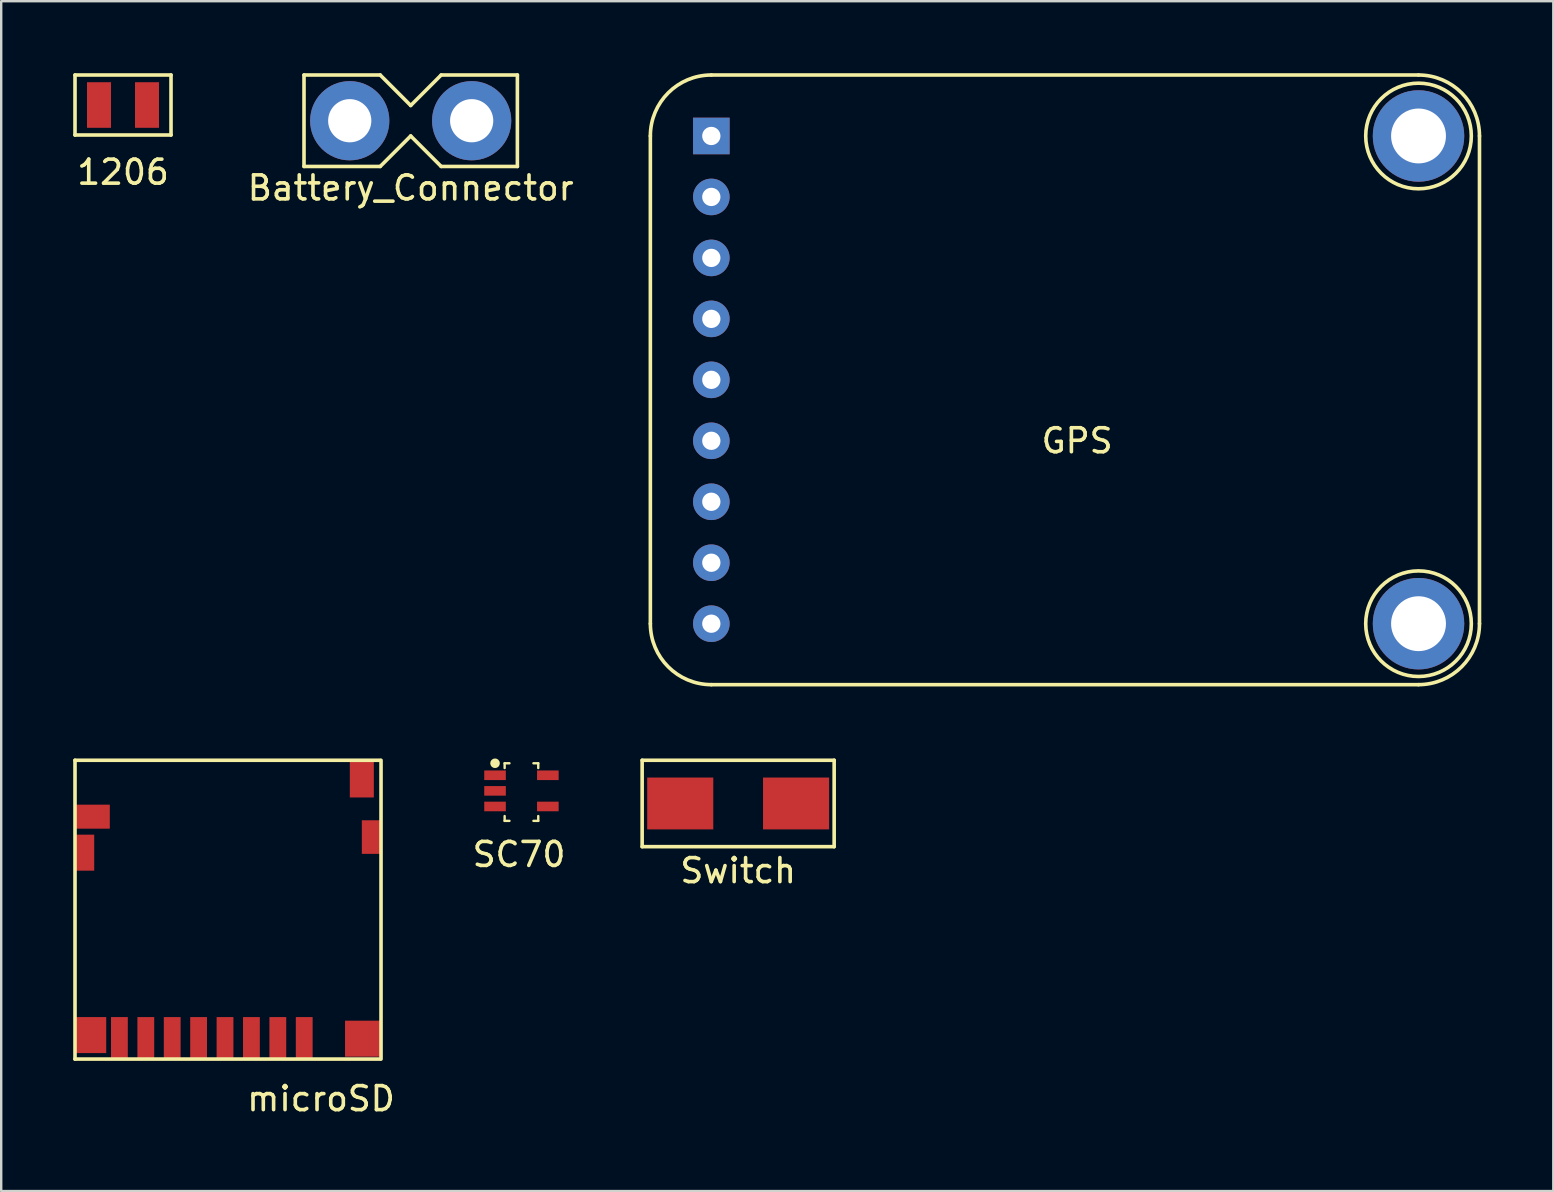
<source format=kicad_pcb>
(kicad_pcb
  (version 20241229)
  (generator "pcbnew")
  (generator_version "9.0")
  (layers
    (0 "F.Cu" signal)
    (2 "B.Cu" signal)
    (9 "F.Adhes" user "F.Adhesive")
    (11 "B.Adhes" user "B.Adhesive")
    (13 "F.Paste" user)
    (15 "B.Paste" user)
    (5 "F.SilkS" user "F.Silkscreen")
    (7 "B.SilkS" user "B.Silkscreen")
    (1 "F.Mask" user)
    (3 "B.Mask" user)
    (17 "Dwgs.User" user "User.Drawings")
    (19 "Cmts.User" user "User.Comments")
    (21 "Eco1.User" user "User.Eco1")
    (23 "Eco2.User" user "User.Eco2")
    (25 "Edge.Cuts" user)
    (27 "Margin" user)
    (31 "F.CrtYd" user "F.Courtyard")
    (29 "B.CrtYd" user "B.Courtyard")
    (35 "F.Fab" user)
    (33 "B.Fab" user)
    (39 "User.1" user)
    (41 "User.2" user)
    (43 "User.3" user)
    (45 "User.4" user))
  (footprint "microSD"
    (layer "F.Cu")
    (at 6.325 34.225)
    (property "Reference" "microSD" (at 4 8.5 0) (layer "F.SilkS") (effects (font (size 1 1) (thickness 0.15))))
    (attr through_hole)
    (fp_line (start -6.25 -5.6) (end -6.25 6.85) (stroke (width 0.15) (type solid)) (layer "F.SilkS"))
    (fp_line (start -6.25 -5.6) (end 6.45 -5.6) (stroke (width 0.15) (type solid)) (layer "F.SilkS"))
    (fp_line (start -6.25 6.85) (end 6.45 6.85) (stroke (width 0.15) (type solid)) (layer "F.SilkS"))
    (fp_line (start 6.5 -5.6) (end 6.5 6.85) (stroke (width 0.15) (type solid)) (layer "F.SilkS"))
    (pad "1" smd rect (at 3.3 5.975) (size 0.7 1.75) (layers "F.Cu" "F.Mask" "F.Paste"))
    (pad "2" smd rect (at 2.2 5.975) (size 0.7 1.75) (layers "F.Cu" "F.Mask" "F.Paste"))
    (pad "3" smd rect (at 1.1 5.975) (size 0.7 1.75) (layers "F.Cu" "F.Mask" "F.Paste"))
    (pad "4" smd rect (at 0 5.975) (size 0.7 1.75) (layers "F.Cu" "F.Mask" "F.Paste"))
    (pad "5" smd rect (at -1.1 5.975) (size 0.7 1.75) (layers "F.Cu" "F.Mask" "F.Paste"))
    (pad "6" smd rect (at -2.2 5.975) (size 0.7 1.75) (layers "F.Cu" "F.Mask" "F.Paste"))
    (pad "7" smd rect (at -3.3 5.975) (size 0.7 1.75) (layers "F.Cu" "F.Mask" "F.Paste"))
    (pad "8" smd rect (at -4.4 5.975) (size 0.7 1.75) (layers "F.Cu" "F.Mask" "F.Paste"))
    (pad "~" smd rect (at -5.85 -1.75) (size 0.8 1.5) (layers "F.Cu" "F.Mask" "F.Paste"))
    (pad "~" smd rect (at -5.6 5.85) (size 1.3 1.5) (layers "F.Cu" "F.Mask" "F.Paste"))
    (pad "~" smd rect (at -5.525 -3.25) (size 1.45 1) (layers "F.Cu" "F.Mask" "F.Paste"))
    (pad "~" smd rect (at 5.7 -4.825) (size 1 1.55) (layers "F.Cu" "F.Mask" "F.Paste"))
    (pad "~" smd rect (at 5.75 6) (size 1.5 1.5) (layers "F.Cu" "F.Mask" "F.Paste"))
    (pad "~" smd rect (at 6.1 -2.4) (size 0.8 1.4) (layers "F.Cu" "F.Mask" "F.Paste")))
  (footprint "Battery_Connector"
    (layer "F.Cu")
    (at 14.061 1.98)
    (property "Reference" "Battery_Connector" (at 0 2.8 0) (layer "F.SilkS") (effects (font (size 1 1) (thickness 0.15))))
    (attr through_hole)
    (fp_line (start -4.445 -1.905) (end -1.27 -1.905) (stroke (width 0.15) (type solid)) (layer "F.SilkS"))
    (fp_line (start -4.445 1.905) (end -4.445 -1.905) (stroke (width 0.15) (type solid)) (layer "F.SilkS"))
    (fp_line (start -1.27 -1.905) (end 0 -0.635) (stroke (width 0.15) (type solid)) (layer "F.SilkS"))
    (fp_line (start -1.27 1.905) (end -4.445 1.905) (stroke (width 0.15) (type solid)) (layer "F.SilkS"))
    (fp_line (start 0 -0.635) (end 1.27 -1.905) (stroke (width 0.15) (type solid)) (layer "F.SilkS"))
    (fp_line (start 0 0.635) (end -1.27 1.905) (stroke (width 0.15) (type solid)) (layer "F.SilkS"))
    (fp_line (start 1.27 -1.905) (end 4.445 -1.905) (stroke (width 0.15) (type solid)) (layer "F.SilkS"))
    (fp_line (start 1.27 1.905) (end 0 0.635) (stroke (width 0.15) (type solid)) (layer "F.SilkS"))
    (fp_line (start 4.445 -1.905) (end 4.445 1.905) (stroke (width 0.15) (type solid)) (layer "F.SilkS"))
    (fp_line (start 4.445 1.905) (end 1.27 1.905) (stroke (width 0.15) (type solid)) (layer "F.SilkS"))
    (pad "1" thru_hole circle (at -2.54 0) (size 3.3 3.3) (drill 1.8) (layers "*.Cu" "*.Mask"))
    (pad "2" thru_hole circle (at 2.54 0) (size 3.3 3.3) (drill 1.8) (layers "*.Cu" "*.Mask")))
  (footprint "1206"
    (layer "F.Cu")
    (at 2.075 1.325)
    (property "Reference" "1206" (at 0 2.8 0) (layer "F.SilkS") (effects (font (size 1 1) (thickness 0.15))))
    (attr through_hole)
    (fp_line (start -2 -1.25) (end 2 -1.25) (stroke (width 0.15) (type solid)) (layer "F.SilkS"))
    (fp_line (start -2 1.25) (end -2 -1.25) (stroke (width 0.15) (type solid)) (layer "F.SilkS"))
    (fp_line (start 2 -1.25) (end 2 1.25) (stroke (width 0.15) (type solid)) (layer "F.SilkS"))
    (fp_line (start 2 1.25) (end -2 1.25) (stroke (width 0.15) (type solid)) (layer "F.SilkS"))
    (pad "1" smd rect (at -1 0) (size 1 1.9) (layers "F.Cu" "F.Mask" "F.Paste"))
    (pad "2" smd rect (at 1 0) (size 1 1.9) (layers "F.Cu" "F.Mask" "F.Paste")))
  (footprint "GPS"
    (layer "F.Cu")
    (at 26.586 22.935)
    (property "Reference" "GPS" (at 15.24 -7.62 0) (layer "F.SilkS") (effects (font (size 1 1) (thickness 0.15))))
    (attr through_hole)
    (fp_line (start -2.54 0) (end -2.54 -20.32) (stroke (width 0.15) (type solid)) (layer "F.SilkS"))
    (fp_line (start 0 -22.86) (end 29.464 -22.86) (stroke (width 0.15) (type solid)) (layer "F.SilkS"))
    (fp_line (start 0 2.54) (end 29.464 2.54) (stroke (width 0.15) (type solid)) (layer "F.SilkS"))
    (fp_line (start 32.004 0) (end 32.004 -20.32) (stroke (width 0.15) (type solid)) (layer "F.SilkS"))
    (fp_arc (start -2.54 -20.32) (mid -1.796051 -22.116051) (end 0 -22.86) (stroke (width 0.15) (type solid)) (layer "F.SilkS"))
    (fp_arc (start 0 2.54) (mid -1.796051 1.796051) (end -2.54 0) (stroke (width 0.15) (type solid)) (layer "F.SilkS"))
    (fp_arc (start 29.464 -22.86) (mid 31.260051 -22.116051) (end 32.004 -20.32) (stroke (width 0.15) (type solid)) (layer "F.SilkS"))
    (fp_arc (start 32.004 0) (mid 31.260051 1.796051) (end 29.464 2.54) (stroke (width 0.15) (type solid)) (layer "F.SilkS"))
    (fp_circle (center 29.464 -20.32) (end 29.464 -22.52) (stroke (width 0.15) (type solid)) (fill no) (layer "F.SilkS"))
    (fp_circle (center 29.464 0) (end 29.464 -2.2) (stroke (width 0.15) (type solid)) (fill no) (layer "F.SilkS"))
    (pad "1" thru_hole rect (at 0 -20.32 270) (size 1.524 1.524) (drill 0.762) (layers "*.Cu" "*.Mask"))
    (pad "2" thru_hole circle (at 0 -17.78 270) (size 1.524 1.524) (drill 0.762) (layers "*.Cu" "*.Mask"))
    (pad "3" thru_hole circle (at 0 -15.24 270) (size 1.524 1.524) (drill 0.762) (layers "*.Cu" "*.Mask"))
    (pad "4" thru_hole circle (at 0 -12.7 270) (size 1.524 1.524) (drill 0.762) (layers "*.Cu" "*.Mask"))
    (pad "5" thru_hole circle (at 0 -10.16 270) (size 1.524 1.524) (drill 0.762) (layers "*.Cu" "*.Mask"))
    (pad "6" thru_hole circle (at 0 -7.62 270) (size 1.524 1.524) (drill 0.762) (layers "*.Cu" "*.Mask"))
    (pad "7" thru_hole circle (at 0 -5.08 270) (size 1.524 1.524) (drill 0.762) (layers "*.Cu" "*.Mask"))
    (pad "8" thru_hole circle (at 0 -2.54 270) (size 1.524 1.524) (drill 0.762) (layers "*.Cu" "*.Mask"))
    (pad "9" thru_hole circle (at 0 0 270) (size 1.524 1.524) (drill 0.762) (layers "*.Cu" "*.Mask"))
    (pad "~" thru_hole circle (at 29.464 -20.32) (size 3.81 3.81) (drill 2.286) (layers "*.Cu" "*.Mask"))
    (pad "~" thru_hole circle (at 29.464 0) (size 3.81 3.81) (drill 2.286) (layers "*.Cu" "*.Mask")))
  (footprint "SC70"
    (layer "F.Cu")
    (at 17.575 30.55)
    (property "Reference" "SC70" (at 1 2 0) (layer "F.SilkS") (effects (font (size 1 1) (thickness 0.15))))
    (attr through_hole)
    (fp_line (start 0.4 -1.8) (end 0.6 -1.8) (stroke (width 0.1) (type solid)) (layer "F.SilkS"))
    (fp_line (start 0.4 -1.6) (end 0.4 -1.8) (stroke (width 0.1) (type solid)) (layer "F.SilkS"))
    (fp_line (start 0.4 0.6) (end 0.4 0.4) (stroke (width 0.1) (type solid)) (layer "F.SilkS"))
    (fp_line (start 0.6 0.6) (end 0.4 0.6) (stroke (width 0.1) (type solid)) (layer "F.SilkS"))
    (fp_line (start 1.6 -1.8) (end 1.8 -1.8) (stroke (width 0.1) (type solid)) (layer "F.SilkS"))
    (fp_line (start 1.8 -1.8) (end 1.8 -1.6) (stroke (width 0.1) (type solid)) (layer "F.SilkS"))
    (fp_line (start 1.8 0.4) (end 1.8 0.6) (stroke (width 0.1) (type solid)) (layer "F.SilkS"))
    (fp_line (start 1.8 0.6) (end 1.6 0.6) (stroke (width 0.1) (type solid)) (layer "F.SilkS"))
    (fp_circle (center 0 -1.8) (end 0.1 -1.8) (stroke (width 0.2) (type solid)) (fill no) (layer "F.SilkS"))
    (pad "1" smd rect (at 0 -1.3) (size 0.9 0.4) (layers "F.Cu" "F.Mask" "F.Paste"))
    (pad "2" smd rect (at 0 -0.65) (size 0.9 0.4) (layers "F.Cu" "F.Mask" "F.Paste"))
    (pad "3" smd rect (at 0 0) (size 0.9 0.4) (layers "F.Cu" "F.Mask" "F.Paste"))
    (pad "4" smd rect (at 2.2 0) (size 0.9 0.4) (layers "F.Cu" "F.Mask" "F.Paste"))
    (pad "5" smd rect (at 2.2 -1.3) (size 0.9 0.4) (layers "F.Cu" "F.Mask" "F.Paste")))
  (footprint "Switch"
    (layer "F.Cu")
    (at 27.704 30.425)
    (property "Reference" "Switch" (at 0 2.8 0) (layer "F.SilkS") (effects (font (size 1 1) (thickness 0.15))))
    (attr through_hole)
    (fp_line (start -4 -1.8) (end 4 -1.8) (stroke (width 0.15) (type solid)) (layer "F.SilkS"))
    (fp_line (start -4 1.8) (end -4 -1.8) (stroke (width 0.15) (type solid)) (layer "F.SilkS"))
    (fp_line (start 4 -1.8) (end 4 1.8) (stroke (width 0.15) (type solid)) (layer "F.SilkS"))
    (fp_line (start 4 1.8) (end -4 1.8) (stroke (width 0.15) (type solid)) (layer "F.SilkS"))
    (pad "1" smd rect (at -2.413 0) (size 2.754 2.16) (layers "F.Cu" "F.Mask" "F.Paste"))
    (pad "2" smd rect (at 2.413 0) (size 2.754 2.16) (layers "F.Cu" "F.Mask" "F.Paste")))
  (gr_rect
    (start -3 -3)
    (end 61.665 46.573)
    (stroke (width 0.1) (type default))
    (fill no)
    (layer "Edge.Cuts")))
</source>
